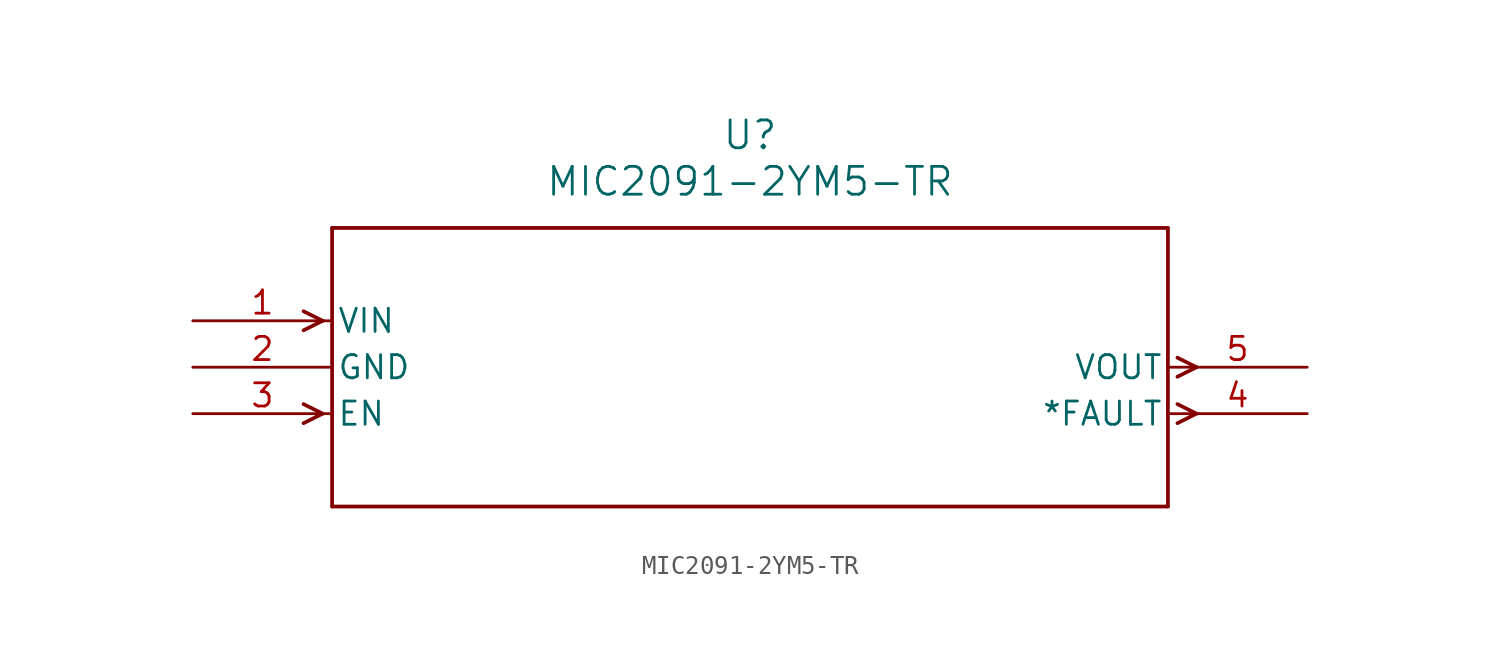
<source format=kicad_sym>
(kicad_symbol_lib
  (version 20211014)
  (generator kicad_symbol_editor)
  (symbol "MIC2091-2YM5-TR"
    (pin_names
      (offset 0.254))
    (property "Reference" "U"
      (at 30.48 10.16 0)
      (effects (font (size 1.524 1.524))))
    (property "Value" "MIC2091-2YM5-TR"
      (at 30.48 7.62 0)
      (effects (font (size 1.524 1.524))))
    (symbol "MIC2091-2YM5-TR_0_1"
      (polyline (pts (xy 7.099 0) (xy 6.058 0.521)) (stroke (width 0.203) (type default) (color 0 0 0 0)) (fill (type none)))
      (polyline (pts (xy 7.099 0) (xy 6.058 -0.521)) (stroke (width 0.203) (type default) (color 0 0 0 0)) (fill (type none)))
      (polyline (pts (xy 7.099 -5.08) (xy 6.058 -4.559)) (stroke (width 0.203) (type default) (color 0 0 0 0)) (fill (type none)))
      (polyline (pts (xy 7.099 -5.08) (xy 6.058 -5.601)) (stroke (width 0.203) (type default) (color 0 0 0 0)) (fill (type none)))
      (polyline (pts (xy 53.861 -4.559) (xy 54.902 -5.08)) (stroke (width 0.203) (type default) (color 0 0 0 0)) (fill (type none)))
      (polyline (pts (xy 53.861 -5.601) (xy 54.902 -5.08)) (stroke (width 0.203) (type default) (color 0 0 0 0)) (fill (type none)))
      (polyline (pts (xy 53.861 -2.019) (xy 54.902 -2.54)) (stroke (width 0.203) (type default) (color 0 0 0 0)) (fill (type none)))
      (polyline (pts (xy 53.861 -3.061) (xy 54.902 -2.54)) (stroke (width 0.203) (type default) (color 0 0 0 0)) (fill (type none)))
      (polyline (pts (xy 7.62 5.08) (xy 7.62 -10.16)) (stroke (width 0.203) (type default) (color 0 0 0 0)) (fill (type none)))
      (polyline (pts (xy 7.62 -10.16) (xy 53.34 -10.16)) (stroke (width 0.203) (type default) (color 0 0 0 0)) (fill (type none)))
      (polyline (pts (xy 53.34 -10.16) (xy 53.34 5.08)) (stroke (width 0.203) (type default) (color 0 0 0 0)) (fill (type none)))
      (polyline (pts (xy 53.34 5.08) (xy 7.62 5.08)) (stroke (width 0.203) (type default) (color 0 0 0 0)) (fill (type none)))
      (pin input line (at 0 0 0) (length 7.62) (name "VIN" (effects (font (size 1.27 1.27)))) (number "1" (effects (font (size 1.27 1.27)))))
      (pin power_in line (at 0 -2.54 0) (length 7.62) (name "GND" (effects (font (size 1.27 1.27)))) (number "2" (effects (font (size 1.27 1.27)))))
      (pin input line (at 0 -5.08 0) (length 7.62) (name "EN" (effects (font (size 1.27 1.27)))) (number "3" (effects (font (size 1.27 1.27)))))
      (pin output line (at 60.96 -5.08 180) (length 7.62) (name "*FAULT" (effects (font (size 1.27 1.27)))) (number "4" (effects (font (size 1.27 1.27)))))
      (pin output line (at 60.96 -2.54 180) (length 7.62) (name "VOUT" (effects (font (size 1.27 1.27)))) (number "5" (effects (font (size 1.27 1.27))))))))
</source>
